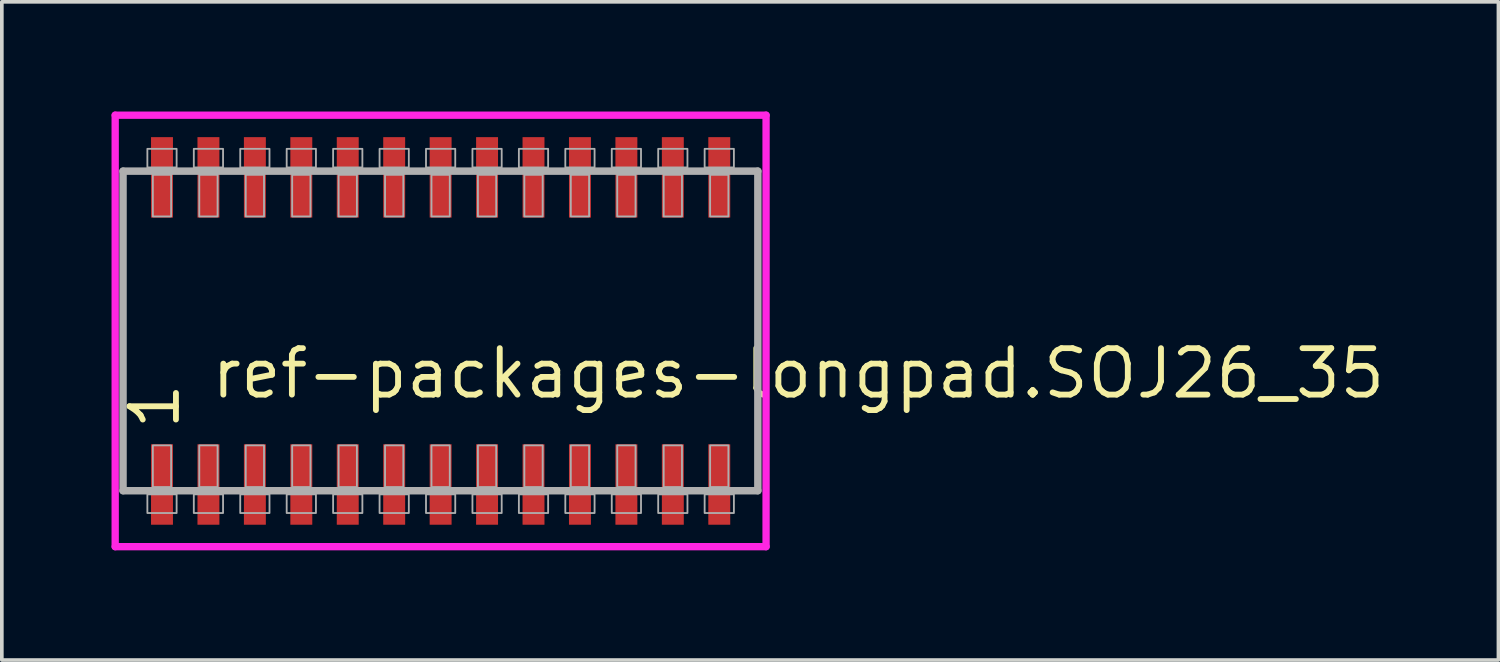
<source format=kicad_pcb>
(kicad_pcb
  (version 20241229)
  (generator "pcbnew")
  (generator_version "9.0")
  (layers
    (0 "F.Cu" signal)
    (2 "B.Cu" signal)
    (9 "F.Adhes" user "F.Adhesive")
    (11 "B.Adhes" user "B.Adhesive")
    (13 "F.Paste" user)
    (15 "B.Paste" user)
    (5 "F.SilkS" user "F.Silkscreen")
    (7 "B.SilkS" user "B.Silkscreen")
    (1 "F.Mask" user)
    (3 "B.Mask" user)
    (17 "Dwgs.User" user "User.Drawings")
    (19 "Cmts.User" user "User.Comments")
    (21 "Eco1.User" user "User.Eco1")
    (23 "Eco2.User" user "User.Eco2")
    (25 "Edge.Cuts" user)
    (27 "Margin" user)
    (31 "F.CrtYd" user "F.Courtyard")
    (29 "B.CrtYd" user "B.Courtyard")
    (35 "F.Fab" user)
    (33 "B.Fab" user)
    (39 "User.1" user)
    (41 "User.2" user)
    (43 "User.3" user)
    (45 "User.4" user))
  (footprint "ref-packages-longpad.SOJ26_35"
    (layer "F.Cu")
    (at 9 6)
    (property "Reference" "ref-packages-longpad.SOJ26_35" (at -6.35 1.905 0) (layer "F.SilkS") (effects (font (size 1.27 1.27) (thickness 0.16)) (justify left bottom)))
    (attr smd)
    (fp_line (start -8.9 -5.9) (end 8.9 -5.9) (stroke (width 0.2) (type default)) (layer "F.CrtYd"))
    (fp_line (start -8.9 5.9) (end -8.9 -5.9) (stroke (width 0.2) (type default)) (layer "F.CrtYd"))
    (fp_line (start 8.9 -5.9) (end 8.9 5.9) (stroke (width 0.2) (type default)) (layer "F.CrtYd"))
    (fp_line (start 8.9 5.9) (end -8.9 5.9) (stroke (width 0.2) (type default)) (layer "F.CrtYd"))
    (fp_line (start -8.685 -4.37) (end 8.675 -4.37) (stroke (width 0.203) (type default)) (layer "F.Fab"))
    (fp_line (start -8.685 4.37) (end -8.685 -4.37) (stroke (width 0.203) (type default)) (layer "F.Fab"))
    (fp_line (start 8.675 -4.37) (end 8.675 4.37) (stroke (width 0.203) (type default)) (layer "F.Fab"))
    (fp_line (start 8.675 4.37) (end -8.685 4.37) (stroke (width 0.203) (type default)) (layer "F.Fab"))
    (fp_rect (start -8.02 -4.47) (end -7.22 -4.98) (stroke (width 0.05) (type default)) (fill no) (layer "F.Fab"))
    (fp_rect (start -8.02 4.98) (end -7.22 4.47) (stroke (width 0.05) (type default)) (fill no) (layer "F.Fab"))
    (fp_rect (start -7.87 -3.13) (end -7.37 -4.27) (stroke (width 0.05) (type default)) (fill no) (layer "F.Fab"))
    (fp_rect (start -7.87 4.27) (end -7.37 3.13) (stroke (width 0.05) (type default)) (fill no) (layer "F.Fab"))
    (fp_rect (start -6.75 -4.47) (end -5.95 -4.98) (stroke (width 0.05) (type default)) (fill no) (layer "F.Fab"))
    (fp_rect (start -6.75 4.98) (end -5.95 4.47) (stroke (width 0.05) (type default)) (fill no) (layer "F.Fab"))
    (fp_rect (start -6.6 -3.13) (end -6.1 -4.27) (stroke (width 0.05) (type default)) (fill no) (layer "F.Fab"))
    (fp_rect (start -6.6 4.27) (end -6.1 3.13) (stroke (width 0.05) (type default)) (fill no) (layer "F.Fab"))
    (fp_rect (start -5.48 -4.47) (end -4.68 -4.98) (stroke (width 0.05) (type default)) (fill no) (layer "F.Fab"))
    (fp_rect (start -5.48 4.98) (end -4.68 4.47) (stroke (width 0.05) (type default)) (fill no) (layer "F.Fab"))
    (fp_rect (start -5.33 -3.13) (end -4.83 -4.27) (stroke (width 0.05) (type default)) (fill no) (layer "F.Fab"))
    (fp_rect (start -5.33 4.27) (end -4.83 3.13) (stroke (width 0.05) (type default)) (fill no) (layer "F.Fab"))
    (fp_rect (start -4.21 -4.47) (end -3.41 -4.98) (stroke (width 0.05) (type default)) (fill no) (layer "F.Fab"))
    (fp_rect (start -4.21 4.98) (end -3.41 4.47) (stroke (width 0.05) (type default)) (fill no) (layer "F.Fab"))
    (fp_rect (start -4.06 -3.13) (end -3.56 -4.27) (stroke (width 0.05) (type default)) (fill no) (layer "F.Fab"))
    (fp_rect (start -4.06 4.27) (end -3.56 3.13) (stroke (width 0.05) (type default)) (fill no) (layer "F.Fab"))
    (fp_rect (start -2.94 -4.47) (end -2.14 -4.98) (stroke (width 0.05) (type default)) (fill no) (layer "F.Fab"))
    (fp_rect (start -2.94 4.98) (end -2.14 4.47) (stroke (width 0.05) (type default)) (fill no) (layer "F.Fab"))
    (fp_rect (start -2.79 -3.13) (end -2.29 -4.27) (stroke (width 0.05) (type default)) (fill no) (layer "F.Fab"))
    (fp_rect (start -2.79 4.27) (end -2.29 3.13) (stroke (width 0.05) (type default)) (fill no) (layer "F.Fab"))
    (fp_rect (start -1.67 -4.47) (end -0.87 -4.98) (stroke (width 0.05) (type default)) (fill no) (layer "F.Fab"))
    (fp_rect (start -1.67 4.98) (end -0.87 4.47) (stroke (width 0.05) (type default)) (fill no) (layer "F.Fab"))
    (fp_rect (start -1.52 -3.13) (end -1.02 -4.27) (stroke (width 0.05) (type default)) (fill no) (layer "F.Fab"))
    (fp_rect (start -1.52 4.27) (end -1.02 3.13) (stroke (width 0.05) (type default)) (fill no) (layer "F.Fab"))
    (fp_rect (start -0.4 -4.47) (end 0.4 -4.98) (stroke (width 0.05) (type default)) (fill no) (layer "F.Fab"))
    (fp_rect (start -0.4 4.98) (end 0.4 4.47) (stroke (width 0.05) (type default)) (fill no) (layer "F.Fab"))
    (fp_rect (start -0.25 -3.13) (end 0.25 -4.27) (stroke (width 0.05) (type default)) (fill no) (layer "F.Fab"))
    (fp_rect (start -0.25 4.27) (end 0.25 3.13) (stroke (width 0.05) (type default)) (fill no) (layer "F.Fab"))
    (fp_rect (start 0.87 -4.47) (end 1.67 -4.98) (stroke (width 0.05) (type default)) (fill no) (layer "F.Fab"))
    (fp_rect (start 0.87 4.98) (end 1.67 4.47) (stroke (width 0.05) (type default)) (fill no) (layer "F.Fab"))
    (fp_rect (start 1.02 -3.13) (end 1.52 -4.27) (stroke (width 0.05) (type default)) (fill no) (layer "F.Fab"))
    (fp_rect (start 1.02 4.27) (end 1.52 3.13) (stroke (width 0.05) (type default)) (fill no) (layer "F.Fab"))
    (fp_rect (start 2.14 -4.47) (end 2.94 -4.98) (stroke (width 0.05) (type default)) (fill no) (layer "F.Fab"))
    (fp_rect (start 2.14 4.98) (end 2.94 4.47) (stroke (width 0.05) (type default)) (fill no) (layer "F.Fab"))
    (fp_rect (start 2.29 -3.13) (end 2.79 -4.27) (stroke (width 0.05) (type default)) (fill no) (layer "F.Fab"))
    (fp_rect (start 2.29 4.27) (end 2.79 3.13) (stroke (width 0.05) (type default)) (fill no) (layer "F.Fab"))
    (fp_rect (start 3.41 -4.47) (end 4.21 -4.98) (stroke (width 0.05) (type default)) (fill no) (layer "F.Fab"))
    (fp_rect (start 3.41 4.98) (end 4.21 4.47) (stroke (width 0.05) (type default)) (fill no) (layer "F.Fab"))
    (fp_rect (start 3.56 -3.13) (end 4.06 -4.27) (stroke (width 0.05) (type default)) (fill no) (layer "F.Fab"))
    (fp_rect (start 3.56 4.27) (end 4.06 3.13) (stroke (width 0.05) (type default)) (fill no) (layer "F.Fab"))
    (fp_rect (start 4.68 -4.47) (end 5.48 -4.98) (stroke (width 0.05) (type default)) (fill no) (layer "F.Fab"))
    (fp_rect (start 4.68 4.98) (end 5.48 4.47) (stroke (width 0.05) (type default)) (fill no) (layer "F.Fab"))
    (fp_rect (start 4.83 -3.13) (end 5.33 -4.27) (stroke (width 0.05) (type default)) (fill no) (layer "F.Fab"))
    (fp_rect (start 4.83 4.27) (end 5.33 3.13) (stroke (width 0.05) (type default)) (fill no) (layer "F.Fab"))
    (fp_rect (start 5.95 -4.47) (end 6.75 -4.98) (stroke (width 0.05) (type default)) (fill no) (layer "F.Fab"))
    (fp_rect (start 5.95 4.98) (end 6.75 4.47) (stroke (width 0.05) (type default)) (fill no) (layer "F.Fab"))
    (fp_rect (start 6.1 -3.13) (end 6.6 -4.27) (stroke (width 0.05) (type default)) (fill no) (layer "F.Fab"))
    (fp_rect (start 6.1 4.27) (end 6.6 3.13) (stroke (width 0.05) (type default)) (fill no) (layer "F.Fab"))
    (fp_rect (start 7.22 -4.47) (end 8.02 -4.98) (stroke (width 0.05) (type default)) (fill no) (layer "F.Fab"))
    (fp_rect (start 7.22 4.98) (end 8.02 4.47) (stroke (width 0.05) (type default)) (fill no) (layer "F.Fab"))
    (fp_rect (start 7.37 -3.13) (end 7.87 -4.27) (stroke (width 0.05) (type default)) (fill no) (layer "F.Fab"))
    (fp_rect (start 7.37 4.27) (end 7.87 3.13) (stroke (width 0.05) (type default)) (fill no) (layer "F.Fab"))
    (fp_text user "1" (at -7.075 2.77 90) (layer "F.SilkS") (effects (font (size 1.27 1.27) (thickness 0.16)) (justify left bottom)))
    (pad "1" smd roundrect (at -7.62 4.2) (size 0.6 2.2) (layers "F.Cu" "F.Mask" "F.Paste") (roundrect_rratio 0.01))
    (pad "2" smd roundrect (at -6.35 4.2) (size 0.6 2.2) (layers "F.Cu" "F.Mask" "F.Paste") (roundrect_rratio 0.01))
    (pad "3" smd roundrect (at -5.08 4.2) (size 0.6 2.2) (layers "F.Cu" "F.Mask" "F.Paste") (roundrect_rratio 0.01))
    (pad "4" smd roundrect (at -3.81 4.2) (size 0.6 2.2) (layers "F.Cu" "F.Mask" "F.Paste") (roundrect_rratio 0.01))
    (pad "5" smd roundrect (at -2.54 4.2) (size 0.6 2.2) (layers "F.Cu" "F.Mask" "F.Paste") (roundrect_rratio 0.01))
    (pad "6" smd roundrect (at -1.27 4.2) (size 0.6 2.2) (layers "F.Cu" "F.Mask" "F.Paste") (roundrect_rratio 0.01))
    (pad "7" smd roundrect (at 0 4.2) (size 0.6 2.2) (layers "F.Cu" "F.Mask" "F.Paste") (roundrect_rratio 0.01))
    (pad "8" smd roundrect (at 1.27 4.2) (size 0.6 2.2) (layers "F.Cu" "F.Mask" "F.Paste") (roundrect_rratio 0.01))
    (pad "9" smd roundrect (at 2.54 4.2) (size 0.6 2.2) (layers "F.Cu" "F.Mask" "F.Paste") (roundrect_rratio 0.01))
    (pad "10" smd roundrect (at 3.81 4.2) (size 0.6 2.2) (layers "F.Cu" "F.Mask" "F.Paste") (roundrect_rratio 0.01))
    (pad "11" smd roundrect (at 5.08 4.2) (size 0.6 2.2) (layers "F.Cu" "F.Mask" "F.Paste") (roundrect_rratio 0.01))
    (pad "12" smd roundrect (at 6.35 4.2) (size 0.6 2.2) (layers "F.Cu" "F.Mask" "F.Paste") (roundrect_rratio 0.01))
    (pad "13" smd roundrect (at 7.62 4.2) (size 0.6 2.2) (layers "F.Cu" "F.Mask" "F.Paste") (roundrect_rratio 0.01))
    (pad "14" smd roundrect (at 7.62 -4.2) (size 0.6 2.2) (layers "F.Cu" "F.Mask" "F.Paste") (roundrect_rratio 0.01))
    (pad "15" smd roundrect (at 6.35 -4.2) (size 0.6 2.2) (layers "F.Cu" "F.Mask" "F.Paste") (roundrect_rratio 0.01))
    (pad "16" smd roundrect (at 5.08 -4.2) (size 0.6 2.2) (layers "F.Cu" "F.Mask" "F.Paste") (roundrect_rratio 0.01))
    (pad "17" smd roundrect (at 3.81 -4.2) (size 0.6 2.2) (layers "F.Cu" "F.Mask" "F.Paste") (roundrect_rratio 0.01))
    (pad "18" smd roundrect (at 2.54 -4.2) (size 0.6 2.2) (layers "F.Cu" "F.Mask" "F.Paste") (roundrect_rratio 0.01))
    (pad "19" smd roundrect (at 1.27 -4.2) (size 0.6 2.2) (layers "F.Cu" "F.Mask" "F.Paste") (roundrect_rratio 0.01))
    (pad "20" smd roundrect (at 0 -4.2) (size 0.6 2.2) (layers "F.Cu" "F.Mask" "F.Paste") (roundrect_rratio 0.01))
    (pad "21" smd roundrect (at -1.27 -4.2) (size 0.6 2.2) (layers "F.Cu" "F.Mask" "F.Paste") (roundrect_rratio 0.01))
    (pad "22" smd roundrect (at -2.54 -4.2) (size 0.6 2.2) (layers "F.Cu" "F.Mask" "F.Paste") (roundrect_rratio 0.01))
    (pad "23" smd roundrect (at -3.81 -4.2) (size 0.6 2.2) (layers "F.Cu" "F.Mask" "F.Paste") (roundrect_rratio 0.01))
    (pad "24" smd roundrect (at -5.08 -4.2) (size 0.6 2.2) (layers "F.Cu" "F.Mask" "F.Paste") (roundrect_rratio 0.01))
    (pad "25" smd roundrect (at -6.35 -4.2) (size 0.6 2.2) (layers "F.Cu" "F.Mask" "F.Paste") (roundrect_rratio 0.01))
    (pad "26" smd roundrect (at -7.62 -4.2) (size 0.6 2.2) (layers "F.Cu" "F.Mask" "F.Paste") (roundrect_rratio 0.01)))
  (gr_rect
    (start -3 -3)
    (end 37.928 15)
    (stroke (width 0.1) (type default))
    (fill no)
    (layer "Edge.Cuts")))
</source>
